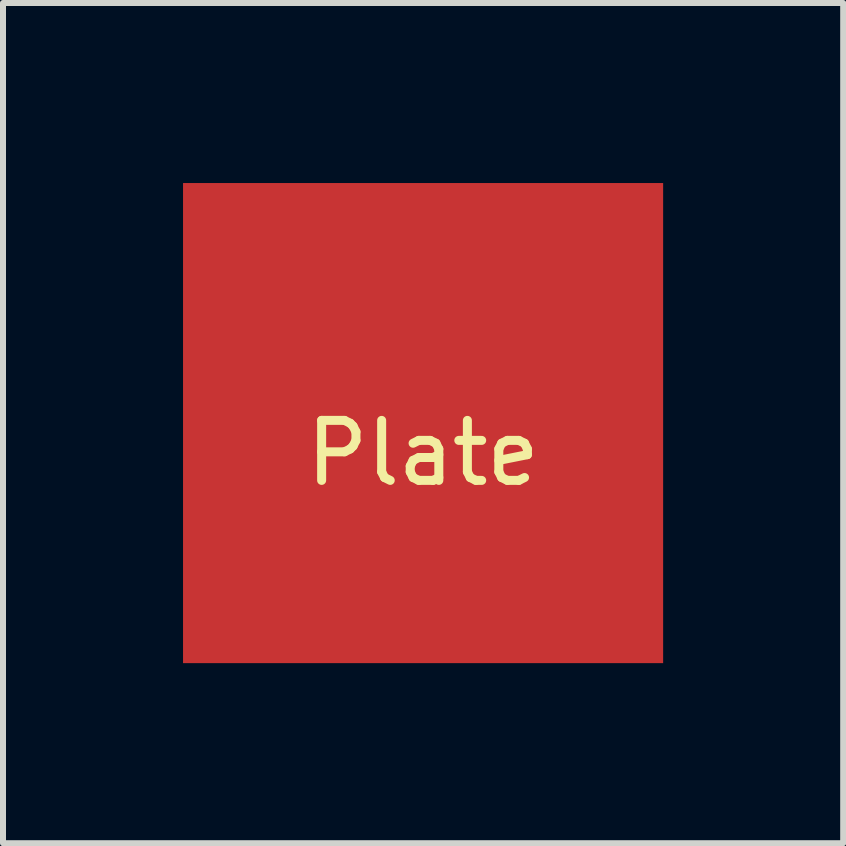
<source format=kicad_pcb>
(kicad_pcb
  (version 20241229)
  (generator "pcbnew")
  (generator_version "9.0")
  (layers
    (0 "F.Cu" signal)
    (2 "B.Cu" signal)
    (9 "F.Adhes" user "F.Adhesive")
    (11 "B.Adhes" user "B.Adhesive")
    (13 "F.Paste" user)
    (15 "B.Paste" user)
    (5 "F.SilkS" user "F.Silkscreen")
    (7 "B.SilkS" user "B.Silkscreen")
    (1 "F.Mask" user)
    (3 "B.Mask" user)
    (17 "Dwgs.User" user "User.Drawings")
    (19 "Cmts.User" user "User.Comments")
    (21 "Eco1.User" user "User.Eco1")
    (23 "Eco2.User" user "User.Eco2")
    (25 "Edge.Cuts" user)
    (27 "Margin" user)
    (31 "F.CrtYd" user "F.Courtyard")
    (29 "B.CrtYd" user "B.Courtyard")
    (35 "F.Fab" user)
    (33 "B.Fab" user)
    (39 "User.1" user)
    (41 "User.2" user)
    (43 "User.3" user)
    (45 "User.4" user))
  (footprint "Plate"
    (layer "F.Cu")
    (at 4 4)
    (property "Reference" "Plate" (at 0 0.5 0) (layer "F.SilkS") (effects (font (size 1 1) (thickness 0.15))))
    (attr through_hole)
    (pad "1" smd rect (at 0 0) (size 8 8) (layers "F.Cu" "F.Mask" "F.Paste")))
  (gr_rect
    (start -3 -3)
    (end 11 11)
    (stroke (width 0.1) (type default))
    (fill no)
    (layer "Edge.Cuts")))
</source>
